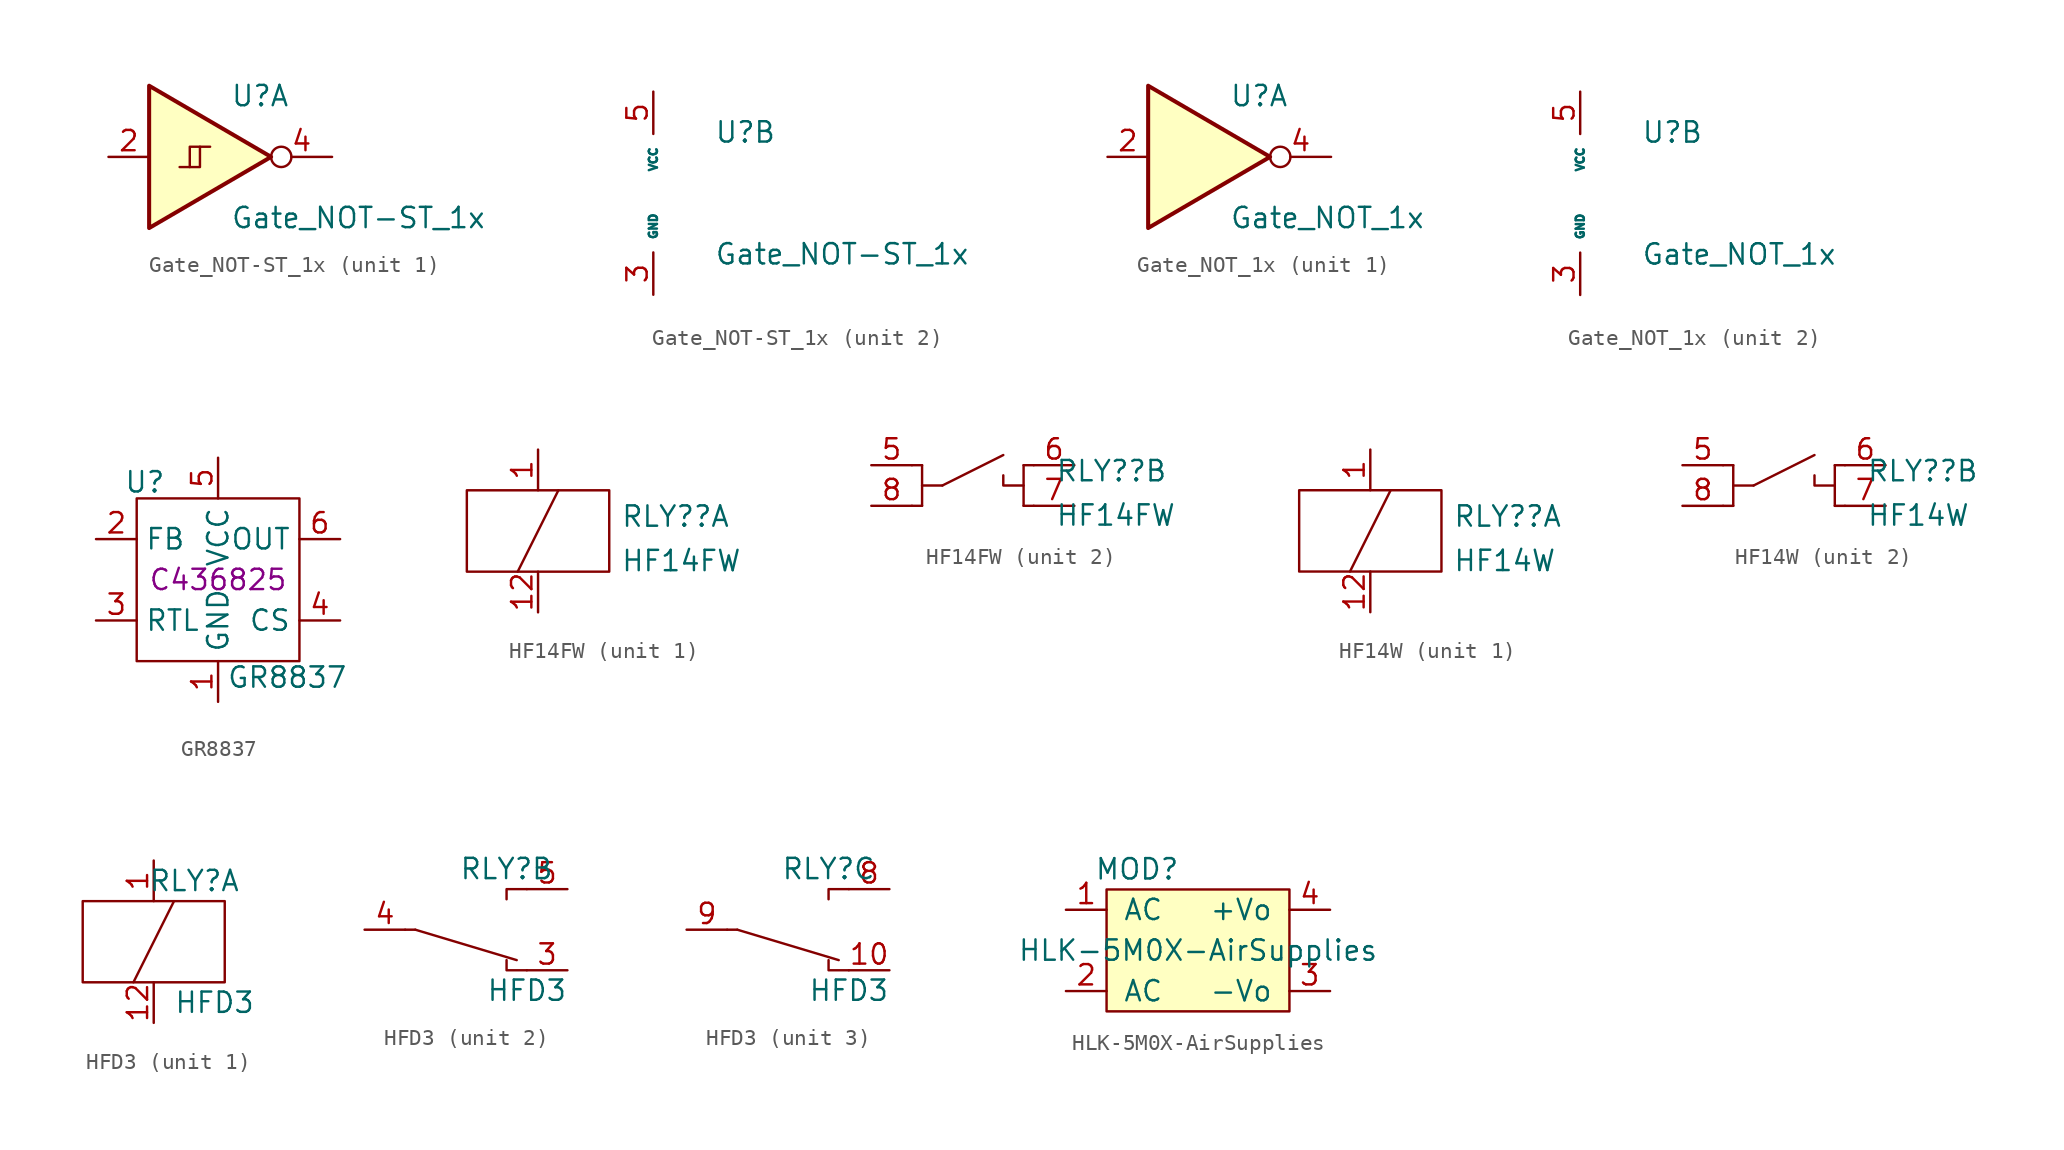
<source format=kicad_sym>
(kicad_symbol_lib
  (version 20211014)
  (generator kicad_symbol_editor)
  (symbol "Gate_NOT-ST_1x"
    (pin_names
      (offset 0.762))
    (property "Reference" "U"
      (at 1.27 3.81 0)
      (effects (font (size 1.27 1.27)) (justify left)))
    (property "Value" "Gate_NOT-ST_1x"
      (at 1.27 -3.81 0)
      (effects (font (size 1.27 1.27)) (justify left)))
    (property "ki_locked" ""
      (at 0 0 0)
      (effects (font (size 1.27 1.27))))
    (symbol "Gate_NOT-ST_1x_1_1"
      (polyline (pts (xy -1.27 -0.635) (xy -0.635 -0.635) (xy -0.635 0.635)) (stroke (width 0) (type default) (color 0 0 0 0)) (fill (type none)))
      (polyline (pts (xy -3.81 4.445) (xy -3.81 -4.445) (xy 3.81 0) (xy -3.81 4.445)) (stroke (width 0.254) (type default) (color 0 0 0 0)) (fill (type background)))
      (polyline (pts (xy -1.905 -0.635) (xy -1.27 -0.635) (xy -1.27 0.635) (xy 0 0.635)) (stroke (width 0) (type default) (color 0 0 0 0)) (fill (type none)))
      (pin input line (at -6.35 0 0) (length 2.54) (name "" (effects (font (size 1.27 1.27)))) (number "2" (effects (font (size 1.27 1.27)))))
      (pin output inverted (at 7.62 0 180) (length 3.81) (name "" (effects (font (size 1.27 1.27)))) (number "4" (effects (font (size 1.27 1.27))))))
    (symbol "Gate_NOT-ST_1x_2_1"
      (pin power_in line (at -2.54 -6.35 90) (length 2.646) (name "GND" (effects (font (size 0.508 0.508)))) (number "3" (effects (font (size 1.27 1.27)))))
      (pin power_in line (at -2.54 6.35 270) (length 2.646) (name "VCC" (effects (font (size 0.508 0.508)))) (number "5" (effects (font (size 1.27 1.27)))))))
  (symbol "Gate_NOT_1x"
    (pin_names
      (offset 0.762))
    (property "Reference" "U"
      (at 1.27 3.81 0)
      (effects (font (size 1.27 1.27)) (justify left)))
    (property "Value" "Gate_NOT_1x"
      (at 1.27 -3.81 0)
      (effects (font (size 1.27 1.27)) (justify left)))
    (property "ki_locked" ""
      (at 0 0 0)
      (effects (font (size 1.27 1.27))))
    (symbol "Gate_NOT_1x_1_1"
      (polyline (pts (xy -3.81 4.445) (xy -3.81 -4.445) (xy 3.81 0) (xy -3.81 4.445)) (stroke (width 0.254) (type default) (color 0 0 0 0)) (fill (type background)))
      (pin input line (at -6.35 0 0) (length 2.54) (name "" (effects (font (size 1.016 1.016)))) (number "2" (effects (font (size 1.27 1.27)))))
      (pin output inverted (at 7.62 0 180) (length 3.81) (name "" (effects (font (size 1.016 1.016)))) (number "4" (effects (font (size 1.27 1.27))))))
    (symbol "Gate_NOT_1x_2_1"
      (pin power_in line (at -2.54 -6.35 90) (length 2.646) (name "GND" (effects (font (size 0.508 0.508)))) (number "3" (effects (font (size 1.27 1.27)))))
      (pin power_in line (at -2.54 6.35 270) (length 2.646) (name "VCC" (effects (font (size 0.508 0.508)))) (number "5" (effects (font (size 1.27 1.27)))))))
  (symbol "GR8837"
    (property "Reference" "U"
      (at -4.572 6.096 0)
      (effects (font (size 1.27 1.27))))
    (property "Value" "GR8837"
      (at 4.318 -6.096 0)
      (effects (font (size 1.27 1.27))))
    (property "LCSC" "C436825"
      (at 0 0 0)
      (effects (font (size 1.27 1.27))))
    (symbol "GR8837_0_1"
      (rectangle (start 5.08 5.08) (end -5.08 -5.08) (stroke (width 0) (type default) (color 0 0 0 0)) (fill (type none))))
    (symbol "GR8837_1_1"
      (pin passive line (at 0 -7.62 90) (length 2.54) (name "GND" (effects (font (size 1.27 1.27)))) (number "1" (effects (font (size 1.27 1.27)))))
      (pin input line (at -7.62 2.54 0) (length 2.54) (name "FB" (effects (font (size 1.27 1.27)))) (number "2" (effects (font (size 1.27 1.27)))))
      (pin passive line (at -7.62 -2.54 0) (length 2.54) (name "RTL" (effects (font (size 1.27 1.27)))) (number "3" (effects (font (size 1.27 1.27)))))
      (pin passive line (at 7.62 -2.54 180) (length 2.54) (name "CS" (effects (font (size 1.27 1.27)))) (number "4" (effects (font (size 1.27 1.27)))))
      (pin input line (at 0 7.62 270) (length 2.54) (name "VCC" (effects (font (size 1.27 1.27)))) (number "5" (effects (font (size 1.27 1.27)))))
      (pin passive line (at 7.62 2.54 180) (length 2.54) (name "OUT" (effects (font (size 1.27 1.27)))) (number "6" (effects (font (size 1.27 1.27)))))))
  (symbol "HF14FW"
    (pin_names
      (offset 0) hide)
    (property "Reference" "RLY?"
      (at 5.156 0.908 0)
      (effects (font (size 1.27 1.27)) (justify left)))
    (property "Value" "HF14FW"
      (at 5.156 -1.867 0)
      (effects (font (size 1.27 1.27)) (justify left)))
    (property "ki_locked" ""
      (at 0 0 0)
      (effects (font (size 1.27 1.27))))
    (symbol "HF14FW_1_1"
      (rectangle (start -4.445 2.54) (end 4.445 -2.54) (stroke (width 0.152) (type default) (color 0 0 0 0)) (fill (type none)))
      (polyline (pts (xy -1.27 -2.54) (xy 1.27 2.54)) (stroke (width 0.152) (type default) (color 0 0 0 0)) (fill (type none)))
      (pin passive line (at 0 5.08 270) (length 2.54) (name "+" (effects (font (size 1.27 1.27)))) (number "1" (effects (font (size 1.27 1.27)))))
      (pin passive line (at 0 -5.08 90) (length 2.54) (name "-" (effects (font (size 1.27 1.27)))) (number "12" (effects (font (size 1.27 1.27))))))
    (symbol "HF14FW_2_1"
      (polyline (pts (xy -3.81 -1.27) (xy -3.175 -1.27)) (stroke (width 0.152) (type default) (color 0 0 0 0)) (fill (type none)))
      (polyline (pts (xy -3.81 1.27) (xy -3.175 1.27)) (stroke (width 0.152) (type default) (color 0 0 0 0)) (fill (type none)))
      (polyline (pts (xy -3.175 1.27) (xy -3.175 -1.27)) (stroke (width 0.152) (type default) (color 0 0 0 0)) (fill (type none)))
      (polyline (pts (xy -1.905 0) (xy -3.175 0)) (stroke (width 0.152) (type default) (color 0 0 0 0)) (fill (type none)))
      (polyline (pts (xy -1.905 0) (xy 1.905 1.905)) (stroke (width 0.152) (type default) (color 0 0 0 0)) (fill (type none)))
      (polyline (pts (xy 3.175 -1.27) (xy 3.175 1.27)) (stroke (width 0.152) (type default) (color 0 0 0 0)) (fill (type none)))
      (polyline (pts (xy 3.81 -1.27) (xy 3.175 -1.27)) (stroke (width 0.152) (type default) (color 0 0 0 0)) (fill (type none)))
      (polyline (pts (xy 3.81 1.27) (xy 3.175 1.27)) (stroke (width 0.152) (type default) (color 0 0 0 0)) (fill (type none)))
      (polyline (pts (xy 1.905 0.635) (xy 1.905 0) (xy 3.175 0)) (stroke (width 0.152) (type default) (color 0 0 0 0)) (fill (type none)))
      (pin passive line (at -6.35 1.27 0) (length 2.54) (name "C" (effects (font (size 1.27 1.27)))) (number "5" (effects (font (size 1.27 1.27)))))
      (pin passive line (at 6.35 1.27 180) (length 2.54) (name "NO" (effects (font (size 1.27 1.27)))) (number "6" (effects (font (size 1.27 1.27)))))
      (pin passive line (at 6.35 -1.27 180) (length 2.54) (name "NO" (effects (font (size 1.27 1.27)))) (number "7" (effects (font (size 1.27 1.27)))))
      (pin passive line (at -6.35 -1.27 0) (length 2.54) (name "C" (effects (font (size 1.27 1.27)))) (number "8" (effects (font (size 1.27 1.27)))))))
  (symbol "HF14W"
    (pin_names
      (offset 0) hide)
    (property "Reference" "RLY?"
      (at 5.156 0.908 0)
      (effects (font (size 1.27 1.27)) (justify left)))
    (property "Value" "HF14W"
      (at 5.156 -1.867 0)
      (effects (font (size 1.27 1.27)) (justify left)))
    (property "ki_locked" ""
      (at 0 0 0)
      (effects (font (size 1.27 1.27))))
    (symbol "HF14W_1_1"
      (rectangle (start -4.445 2.54) (end 4.445 -2.54) (stroke (width 0.152) (type default) (color 0 0 0 0)) (fill (type none)))
      (polyline (pts (xy -1.27 -2.54) (xy 1.27 2.54)) (stroke (width 0.152) (type default) (color 0 0 0 0)) (fill (type none)))
      (pin passive line (at 0 5.08 270) (length 2.54) (name "+" (effects (font (size 1.27 1.27)))) (number "1" (effects (font (size 1.27 1.27)))))
      (pin passive line (at 0 -5.08 90) (length 2.54) (name "-" (effects (font (size 1.27 1.27)))) (number "12" (effects (font (size 1.27 1.27))))))
    (symbol "HF14W_2_1"
      (polyline (pts (xy -3.81 -1.27) (xy -3.175 -1.27)) (stroke (width 0.152) (type default) (color 0 0 0 0)) (fill (type none)))
      (polyline (pts (xy -3.81 1.27) (xy -3.175 1.27)) (stroke (width 0.152) (type default) (color 0 0 0 0)) (fill (type none)))
      (polyline (pts (xy -3.175 1.27) (xy -3.175 -1.27)) (stroke (width 0.152) (type default) (color 0 0 0 0)) (fill (type none)))
      (polyline (pts (xy -1.905 0) (xy -3.175 0)) (stroke (width 0.152) (type default) (color 0 0 0 0)) (fill (type none)))
      (polyline (pts (xy -1.905 0) (xy 1.905 1.905)) (stroke (width 0.152) (type default) (color 0 0 0 0)) (fill (type none)))
      (polyline (pts (xy 3.175 -1.27) (xy 3.175 1.27)) (stroke (width 0.152) (type default) (color 0 0 0 0)) (fill (type none)))
      (polyline (pts (xy 3.81 -1.27) (xy 3.175 -1.27)) (stroke (width 0.152) (type default) (color 0 0 0 0)) (fill (type none)))
      (polyline (pts (xy 3.81 1.27) (xy 3.175 1.27)) (stroke (width 0.152) (type default) (color 0 0 0 0)) (fill (type none)))
      (polyline (pts (xy 1.905 0.635) (xy 1.905 0) (xy 3.175 0)) (stroke (width 0.152) (type default) (color 0 0 0 0)) (fill (type none)))
      (pin passive line (at -6.35 1.27 0) (length 2.54) (name "C" (effects (font (size 1.27 1.27)))) (number "5" (effects (font (size 1.27 1.27)))))
      (pin passive line (at 6.35 1.27 180) (length 2.54) (name "NO" (effects (font (size 1.27 1.27)))) (number "6" (effects (font (size 1.27 1.27)))))
      (pin passive line (at 6.35 -1.27 180) (length 2.54) (name "NO" (effects (font (size 1.27 1.27)))) (number "7" (effects (font (size 1.27 1.27)))))
      (pin passive line (at -6.35 -1.27 0) (length 2.54) (name "C" (effects (font (size 1.27 1.27)))) (number "8" (effects (font (size 1.27 1.27)))))))
  (symbol "HFD3"
    (pin_names
      (offset 0) hide)
    (property "Reference" "RLY"
      (at 2.54 3.81 0)
      (effects (font (size 1.27 1.27))))
    (property "Value" "HFD3"
      (at 3.81 -3.81 0)
      (effects (font (size 1.27 1.27))))
    (property "ki_locked" ""
      (at 0 0 0)
      (effects (font (size 1.27 1.27))))
    (symbol "HFD3_1_1"
      (rectangle (start -4.445 2.54) (end 4.445 -2.54) (stroke (width 0.152) (type default) (color 0 0 0 0)) (fill (type none)))
      (polyline (pts (xy -1.27 -2.54) (xy 1.27 2.54)) (stroke (width 0.152) (type default) (color 0 0 0 0)) (fill (type none)))
      (pin passive line (at 0 5.08 270) (length 2.54) (name "+" (effects (font (size 1.27 1.27)))) (number "1" (effects (font (size 1.27 1.27)))))
      (pin passive line (at 0 -5.08 90) (length 2.54) (name "-" (effects (font (size 1.27 1.27)))) (number "12" (effects (font (size 1.27 1.27))))))
    (symbol "HFD3_2_1"
      (polyline (pts (xy -3.175 0) (xy -3.81 0)) (stroke (width 0.152) (type default) (color 0 0 0 0)) (fill (type none)))
      (polyline (pts (xy -3.175 0) (xy 3.175 -1.905)) (stroke (width 0.152) (type default) (color 0 0 0 0)) (fill (type none)))
      (polyline (pts (xy 3.81 -2.54) (xy 2.54 -2.54) (xy 2.54 -1.905)) (stroke (width 0.152) (type default) (color 0 0 0 0)) (fill (type none)))
      (polyline (pts (xy 3.81 2.54) (xy 2.54 2.54) (xy 2.54 1.905)) (stroke (width 0.152) (type default) (color 0 0 0 0)) (fill (type none)))
      (pin passive line (at 6.35 -2.54 180) (length 2.54) (name "NC1" (effects (font (size 1.27 1.27)))) (number "3" (effects (font (size 1.27 1.27)))))
      (pin passive line (at -6.35 0 0) (length 2.54) (name "C1" (effects (font (size 1.27 1.27)))) (number "4" (effects (font (size 1.27 1.27)))))
      (pin passive line (at 6.35 2.54 180) (length 2.54) (name "NO1" (effects (font (size 1.27 1.27)))) (number "5" (effects (font (size 1.27 1.27))))))
    (symbol "HFD3_3_1"
      (polyline (pts (xy -3.175 0) (xy -3.81 0)) (stroke (width 0.152) (type default) (color 0 0 0 0)) (fill (type none)))
      (polyline (pts (xy -3.175 0) (xy 3.175 -1.905)) (stroke (width 0.152) (type default) (color 0 0 0 0)) (fill (type none)))
      (polyline (pts (xy 3.81 -2.54) (xy 2.54 -2.54) (xy 2.54 -1.905)) (stroke (width 0.152) (type default) (color 0 0 0 0)) (fill (type none)))
      (polyline (pts (xy 3.81 2.54) (xy 2.54 2.54) (xy 2.54 1.905)) (stroke (width 0.152) (type default) (color 0 0 0 0)) (fill (type none)))
      (pin passive line (at 6.35 -2.54 180) (length 2.54) (name "NC2" (effects (font (size 1.27 1.27)))) (number "10" (effects (font (size 1.27 1.27)))))
      (pin passive line (at 6.35 2.54 180) (length 2.54) (name "NO2" (effects (font (size 1.27 1.27)))) (number "8" (effects (font (size 1.27 1.27)))))
      (pin passive line (at -6.35 0 0) (length 2.54) (name "C2" (effects (font (size 1.27 1.27)))) (number "9" (effects (font (size 1.27 1.27)))))))
  (symbol "HLK-5M0X-AirSupplies"
    (pin_names
      (offset 1.016))
    (property "Reference" "MOD"
      (at -3.81 5.08 0)
      (effects (font (size 1.27 1.27))))
    (property "Value" "HLK-5M0X-AirSupplies"
      (at 0 0 0)
      (effects (font (size 1.27 1.27))))
    (symbol "HLK-5M0X-AirSupplies_0_1"
      (rectangle (start -5.715 3.81) (end 5.715 -3.81) (stroke (width 0) (type default) (color 0 0 0 0)) (fill (type background))))
    (symbol "HLK-5M0X-AirSupplies_1_1"
      (pin input line (at -8.255 2.54 0) (length 2.54) (name "AC" (effects (font (size 1.27 1.27)))) (number "1" (effects (font (size 1.27 1.27)))))
      (pin input line (at -8.255 -2.54 0) (length 2.54) (name "AC" (effects (font (size 1.27 1.27)))) (number "2" (effects (font (size 1.27 1.27)))))
      (pin passive line (at 8.255 -2.54 180) (length 2.54) (name "-Vo" (effects (font (size 1.27 1.27)))) (number "3" (effects (font (size 1.27 1.27)))))
      (pin power_out line (at 8.255 2.54 180) (length 2.54) (name "+Vo" (effects (font (size 1.27 1.27)))) (number "4" (effects (font (size 1.27 1.27))))))))
</source>
